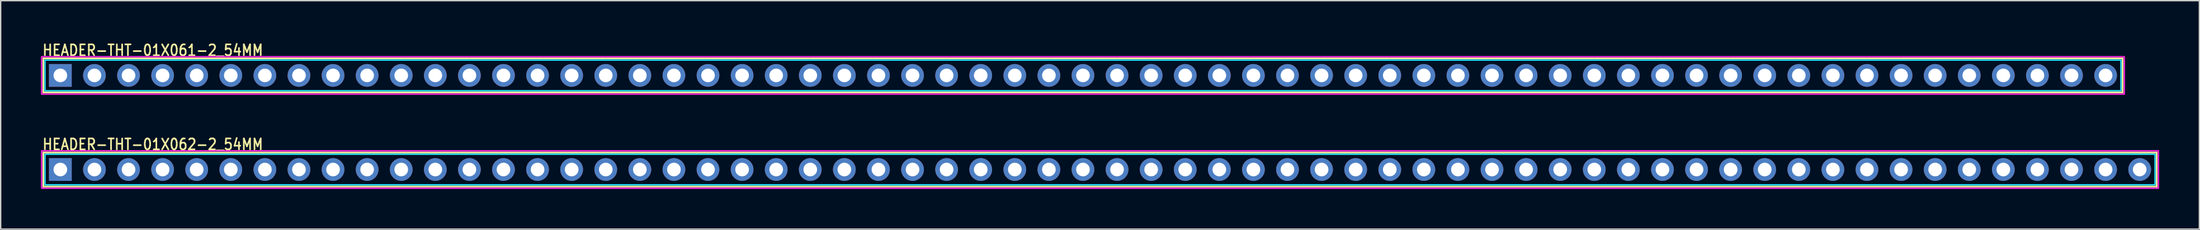
<source format=kicad_pcb>
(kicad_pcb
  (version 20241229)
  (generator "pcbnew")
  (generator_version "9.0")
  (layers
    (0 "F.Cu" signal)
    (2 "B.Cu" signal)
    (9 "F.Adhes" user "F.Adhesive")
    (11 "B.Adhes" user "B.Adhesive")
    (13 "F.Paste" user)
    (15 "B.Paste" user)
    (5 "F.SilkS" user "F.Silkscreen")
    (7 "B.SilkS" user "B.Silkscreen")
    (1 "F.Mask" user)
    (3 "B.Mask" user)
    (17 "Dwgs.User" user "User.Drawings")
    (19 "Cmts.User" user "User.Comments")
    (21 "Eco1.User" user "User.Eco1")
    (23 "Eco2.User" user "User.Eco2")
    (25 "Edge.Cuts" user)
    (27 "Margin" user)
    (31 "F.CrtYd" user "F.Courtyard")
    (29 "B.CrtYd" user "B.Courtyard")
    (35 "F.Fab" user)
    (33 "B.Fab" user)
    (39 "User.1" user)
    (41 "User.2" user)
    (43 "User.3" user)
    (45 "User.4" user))
  (footprint "HEADER-THT-01X062-2_54MM"
    (layer "F.Cu")
    (at 1.447 9.604)
    (property "Reference" "HEADER-THT-01X062-2_54MM" (at -1.4 -1.4 0) (unlocked yes) (layer "F.SilkS") (effects (font (size 0.813 0.695) (thickness 0.122)) (justify left bottom)))
    (fp_line (start -1.27 -1.27) (end -1.27 1.27) (stroke (width 0.127) (type solid)) (layer "F.SilkS"))
    (fp_line (start -1.27 1.27) (end 156.21 1.27) (stroke (width 0.127) (type solid)) (layer "F.SilkS"))
    (fp_line (start 156.21 -1.27) (end -1.27 -1.27) (stroke (width 0.127) (type solid)) (layer "F.SilkS"))
    (fp_line (start 156.21 1.27) (end 156.21 -1.27) (stroke (width 0.127) (type solid)) (layer "F.SilkS"))
    (fp_poly (pts (xy -1.143 -1.143) (xy 156.083 -1.143) (xy 156.083 1.143) (xy -1.143 1.143)) (stroke (width 0.1) (type solid)) (fill no) (layer "B.CrtYd"))
    (fp_poly (pts (xy -1.397 -1.397) (xy 156.337 -1.397) (xy 156.337 1.397) (xy -1.397 1.397)) (stroke (width 0.1) (type solid)) (fill no) (layer "F.CrtYd"))
    (pad "1" thru_hole rect (at 0 0) (size 1.693 1.693) (drill 1.016) (layers "*.Cu" "*.Mask"))
    (pad "2" thru_hole oval (at 2.54 0) (size 1.693 1.693) (drill 1.016) (layers "*.Cu" "*.Mask"))
    (pad "3" thru_hole oval (at 5.08 0) (size 1.693 1.693) (drill 1.016) (layers "*.Cu" "*.Mask"))
    (pad "4" thru_hole oval (at 7.62 0) (size 1.693 1.693) (drill 1.016) (layers "*.Cu" "*.Mask"))
    (pad "5" thru_hole oval (at 10.16 0) (size 1.693 1.693) (drill 1.016) (layers "*.Cu" "*.Mask"))
    (pad "6" thru_hole oval (at 12.7 0) (size 1.693 1.693) (drill 1.016) (layers "*.Cu" "*.Mask"))
    (pad "7" thru_hole oval (at 15.24 0) (size 1.693 1.693) (drill 1.016) (layers "*.Cu" "*.Mask"))
    (pad "8" thru_hole oval (at 17.78 0) (size 1.693 1.693) (drill 1.016) (layers "*.Cu" "*.Mask"))
    (pad "9" thru_hole oval (at 20.32 0) (size 1.693 1.693) (drill 1.016) (layers "*.Cu" "*.Mask"))
    (pad "10" thru_hole oval (at 22.86 0) (size 1.693 1.693) (drill 1.016) (layers "*.Cu" "*.Mask"))
    (pad "11" thru_hole oval (at 25.4 0) (size 1.693 1.693) (drill 1.016) (layers "*.Cu" "*.Mask"))
    (pad "12" thru_hole oval (at 27.94 0) (size 1.693 1.693) (drill 1.016) (layers "*.Cu" "*.Mask"))
    (pad "13" thru_hole oval (at 30.48 0) (size 1.693 1.693) (drill 1.016) (layers "*.Cu" "*.Mask"))
    (pad "14" thru_hole oval (at 33.02 0) (size 1.693 1.693) (drill 1.016) (layers "*.Cu" "*.Mask"))
    (pad "15" thru_hole oval (at 35.56 0) (size 1.693 1.693) (drill 1.016) (layers "*.Cu" "*.Mask"))
    (pad "16" thru_hole oval (at 38.1 0) (size 1.693 1.693) (drill 1.016) (layers "*.Cu" "*.Mask"))
    (pad "17" thru_hole oval (at 40.64 0) (size 1.693 1.693) (drill 1.016) (layers "*.Cu" "*.Mask"))
    (pad "18" thru_hole oval (at 43.18 0) (size 1.693 1.693) (drill 1.016) (layers "*.Cu" "*.Mask"))
    (pad "19" thru_hole oval (at 45.72 0) (size 1.693 1.693) (drill 1.016) (layers "*.Cu" "*.Mask"))
    (pad "20" thru_hole oval (at 48.26 0) (size 1.693 1.693) (drill 1.016) (layers "*.Cu" "*.Mask"))
    (pad "21" thru_hole oval (at 50.8 0) (size 1.693 1.693) (drill 1.016) (layers "*.Cu" "*.Mask"))
    (pad "22" thru_hole oval (at 53.34 0) (size 1.693 1.693) (drill 1.016) (layers "*.Cu" "*.Mask"))
    (pad "23" thru_hole oval (at 55.88 0) (size 1.693 1.693) (drill 1.016) (layers "*.Cu" "*.Mask"))
    (pad "24" thru_hole oval (at 58.42 0) (size 1.693 1.693) (drill 1.016) (layers "*.Cu" "*.Mask"))
    (pad "25" thru_hole oval (at 60.96 0) (size 1.693 1.693) (drill 1.016) (layers "*.Cu" "*.Mask"))
    (pad "26" thru_hole oval (at 63.5 0) (size 1.693 1.693) (drill 1.016) (layers "*.Cu" "*.Mask"))
    (pad "27" thru_hole oval (at 66.04 0) (size 1.693 1.693) (drill 1.016) (layers "*.Cu" "*.Mask"))
    (pad "28" thru_hole oval (at 68.58 0) (size 1.693 1.693) (drill 1.016) (layers "*.Cu" "*.Mask"))
    (pad "29" thru_hole oval (at 71.12 0) (size 1.693 1.693) (drill 1.016) (layers "*.Cu" "*.Mask"))
    (pad "30" thru_hole oval (at 73.66 0) (size 1.693 1.693) (drill 1.016) (layers "*.Cu" "*.Mask"))
    (pad "31" thru_hole oval (at 76.2 0) (size 1.693 1.693) (drill 1.016) (layers "*.Cu" "*.Mask"))
    (pad "32" thru_hole oval (at 78.74 0) (size 1.693 1.693) (drill 1.016) (layers "*.Cu" "*.Mask"))
    (pad "33" thru_hole oval (at 81.28 0) (size 1.693 1.693) (drill 1.016) (layers "*.Cu" "*.Mask"))
    (pad "34" thru_hole oval (at 83.82 0) (size 1.693 1.693) (drill 1.016) (layers "*.Cu" "*.Mask"))
    (pad "35" thru_hole oval (at 86.36 0) (size 1.693 1.693) (drill 1.016) (layers "*.Cu" "*.Mask"))
    (pad "36" thru_hole oval (at 88.9 0) (size 1.693 1.693) (drill 1.016) (layers "*.Cu" "*.Mask"))
    (pad "37" thru_hole oval (at 91.44 0) (size 1.693 1.693) (drill 1.016) (layers "*.Cu" "*.Mask"))
    (pad "38" thru_hole oval (at 93.98 0) (size 1.693 1.693) (drill 1.016) (layers "*.Cu" "*.Mask"))
    (pad "39" thru_hole oval (at 96.52 0) (size 1.693 1.693) (drill 1.016) (layers "*.Cu" "*.Mask"))
    (pad "40" thru_hole oval (at 99.06 0) (size 1.693 1.693) (drill 1.016) (layers "*.Cu" "*.Mask"))
    (pad "41" thru_hole oval (at 101.6 0) (size 1.693 1.693) (drill 1.016) (layers "*.Cu" "*.Mask"))
    (pad "42" thru_hole oval (at 104.14 0) (size 1.693 1.693) (drill 1.016) (layers "*.Cu" "*.Mask"))
    (pad "43" thru_hole oval (at 106.68 0) (size 1.693 1.693) (drill 1.016) (layers "*.Cu" "*.Mask"))
    (pad "44" thru_hole oval (at 109.22 0) (size 1.693 1.693) (drill 1.016) (layers "*.Cu" "*.Mask"))
    (pad "45" thru_hole oval (at 111.76 0) (size 1.693 1.693) (drill 1.016) (layers "*.Cu" "*.Mask"))
    (pad "46" thru_hole oval (at 114.3 0) (size 1.693 1.693) (drill 1.016) (layers "*.Cu" "*.Mask"))
    (pad "47" thru_hole oval (at 116.84 0) (size 1.693 1.693) (drill 1.016) (layers "*.Cu" "*.Mask"))
    (pad "48" thru_hole oval (at 119.38 0) (size 1.693 1.693) (drill 1.016) (layers "*.Cu" "*.Mask"))
    (pad "49" thru_hole oval (at 121.92 0) (size 1.693 1.693) (drill 1.016) (layers "*.Cu" "*.Mask"))
    (pad "50" thru_hole oval (at 124.46 0) (size 1.693 1.693) (drill 1.016) (layers "*.Cu" "*.Mask"))
    (pad "51" thru_hole oval (at 127 0) (size 1.693 1.693) (drill 1.016) (layers "*.Cu" "*.Mask"))
    (pad "52" thru_hole oval (at 129.54 0) (size 1.693 1.693) (drill 1.016) (layers "*.Cu" "*.Mask"))
    (pad "53" thru_hole oval (at 132.08 0) (size 1.693 1.693) (drill 1.016) (layers "*.Cu" "*.Mask"))
    (pad "54" thru_hole oval (at 134.62 0) (size 1.693 1.693) (drill 1.016) (layers "*.Cu" "*.Mask"))
    (pad "55" thru_hole oval (at 137.16 0) (size 1.693 1.693) (drill 1.016) (layers "*.Cu" "*.Mask"))
    (pad "56" thru_hole oval (at 139.7 0) (size 1.693 1.693) (drill 1.016) (layers "*.Cu" "*.Mask"))
    (pad "57" thru_hole oval (at 142.24 0) (size 1.693 1.693) (drill 1.016) (layers "*.Cu" "*.Mask"))
    (pad "58" thru_hole oval (at 144.78 0) (size 1.693 1.693) (drill 1.016) (layers "*.Cu" "*.Mask"))
    (pad "59" thru_hole oval (at 147.32 0) (size 1.693 1.693) (drill 1.016) (layers "*.Cu" "*.Mask"))
    (pad "60" thru_hole oval (at 149.86 0) (size 1.693 1.693) (drill 1.016) (layers "*.Cu" "*.Mask"))
    (pad "61" thru_hole oval (at 152.4 0) (size 1.693 1.693) (drill 1.016) (layers "*.Cu" "*.Mask"))
    (pad "62" thru_hole oval (at 154.94 0) (size 1.693 1.693) (drill 1.016) (layers "*.Cu" "*.Mask")))
  (footprint "HEADER-THT-01X061-2_54MM"
    (layer "F.Cu")
    (at 1.447 2.579)
    (property "Reference" "HEADER-THT-01X061-2_54MM" (at -1.4 -1.4 0) (unlocked yes) (layer "F.SilkS") (effects (font (size 0.813 0.695) (thickness 0.122)) (justify left bottom)))
    (fp_line (start -1.27 -1.27) (end -1.27 1.27) (stroke (width 0.127) (type solid)) (layer "F.SilkS"))
    (fp_line (start -1.27 1.27) (end 153.67 1.27) (stroke (width 0.127) (type solid)) (layer "F.SilkS"))
    (fp_line (start 153.67 -1.27) (end -1.27 -1.27) (stroke (width 0.127) (type solid)) (layer "F.SilkS"))
    (fp_line (start 153.67 1.27) (end 153.67 -1.27) (stroke (width 0.127) (type solid)) (layer "F.SilkS"))
    (fp_poly (pts (xy -1.143 -1.143) (xy 153.543 -1.143) (xy 153.543 1.143) (xy -1.143 1.143)) (stroke (width 0.1) (type solid)) (fill no) (layer "B.CrtYd"))
    (fp_poly (pts (xy -1.397 -1.397) (xy 153.797 -1.397) (xy 153.797 1.397) (xy -1.397 1.397)) (stroke (width 0.1) (type solid)) (fill no) (layer "F.CrtYd"))
    (pad "1" thru_hole rect (at 0 0) (size 1.693 1.693) (drill 1.016) (layers "*.Cu" "*.Mask"))
    (pad "2" thru_hole oval (at 2.54 0) (size 1.693 1.693) (drill 1.016) (layers "*.Cu" "*.Mask"))
    (pad "3" thru_hole oval (at 5.08 0) (size 1.693 1.693) (drill 1.016) (layers "*.Cu" "*.Mask"))
    (pad "4" thru_hole oval (at 7.62 0) (size 1.693 1.693) (drill 1.016) (layers "*.Cu" "*.Mask"))
    (pad "5" thru_hole oval (at 10.16 0) (size 1.693 1.693) (drill 1.016) (layers "*.Cu" "*.Mask"))
    (pad "6" thru_hole oval (at 12.7 0) (size 1.693 1.693) (drill 1.016) (layers "*.Cu" "*.Mask"))
    (pad "7" thru_hole oval (at 15.24 0) (size 1.693 1.693) (drill 1.016) (layers "*.Cu" "*.Mask"))
    (pad "8" thru_hole oval (at 17.78 0) (size 1.693 1.693) (drill 1.016) (layers "*.Cu" "*.Mask"))
    (pad "9" thru_hole oval (at 20.32 0) (size 1.693 1.693) (drill 1.016) (layers "*.Cu" "*.Mask"))
    (pad "10" thru_hole oval (at 22.86 0) (size 1.693 1.693) (drill 1.016) (layers "*.Cu" "*.Mask"))
    (pad "11" thru_hole oval (at 25.4 0) (size 1.693 1.693) (drill 1.016) (layers "*.Cu" "*.Mask"))
    (pad "12" thru_hole oval (at 27.94 0) (size 1.693 1.693) (drill 1.016) (layers "*.Cu" "*.Mask"))
    (pad "13" thru_hole oval (at 30.48 0) (size 1.693 1.693) (drill 1.016) (layers "*.Cu" "*.Mask"))
    (pad "14" thru_hole oval (at 33.02 0) (size 1.693 1.693) (drill 1.016) (layers "*.Cu" "*.Mask"))
    (pad "15" thru_hole oval (at 35.56 0) (size 1.693 1.693) (drill 1.016) (layers "*.Cu" "*.Mask"))
    (pad "16" thru_hole oval (at 38.1 0) (size 1.693 1.693) (drill 1.016) (layers "*.Cu" "*.Mask"))
    (pad "17" thru_hole oval (at 40.64 0) (size 1.693 1.693) (drill 1.016) (layers "*.Cu" "*.Mask"))
    (pad "18" thru_hole oval (at 43.18 0) (size 1.693 1.693) (drill 1.016) (layers "*.Cu" "*.Mask"))
    (pad "19" thru_hole oval (at 45.72 0) (size 1.693 1.693) (drill 1.016) (layers "*.Cu" "*.Mask"))
    (pad "20" thru_hole oval (at 48.26 0) (size 1.693 1.693) (drill 1.016) (layers "*.Cu" "*.Mask"))
    (pad "21" thru_hole oval (at 50.8 0) (size 1.693 1.693) (drill 1.016) (layers "*.Cu" "*.Mask"))
    (pad "22" thru_hole oval (at 53.34 0) (size 1.693 1.693) (drill 1.016) (layers "*.Cu" "*.Mask"))
    (pad "23" thru_hole oval (at 55.88 0) (size 1.693 1.693) (drill 1.016) (layers "*.Cu" "*.Mask"))
    (pad "24" thru_hole oval (at 58.42 0) (size 1.693 1.693) (drill 1.016) (layers "*.Cu" "*.Mask"))
    (pad "25" thru_hole oval (at 60.96 0) (size 1.693 1.693) (drill 1.016) (layers "*.Cu" "*.Mask"))
    (pad "26" thru_hole oval (at 63.5 0) (size 1.693 1.693) (drill 1.016) (layers "*.Cu" "*.Mask"))
    (pad "27" thru_hole oval (at 66.04 0) (size 1.693 1.693) (drill 1.016) (layers "*.Cu" "*.Mask"))
    (pad "28" thru_hole oval (at 68.58 0) (size 1.693 1.693) (drill 1.016) (layers "*.Cu" "*.Mask"))
    (pad "29" thru_hole oval (at 71.12 0) (size 1.693 1.693) (drill 1.016) (layers "*.Cu" "*.Mask"))
    (pad "30" thru_hole oval (at 73.66 0) (size 1.693 1.693) (drill 1.016) (layers "*.Cu" "*.Mask"))
    (pad "31" thru_hole oval (at 76.2 0) (size 1.693 1.693) (drill 1.016) (layers "*.Cu" "*.Mask"))
    (pad "32" thru_hole oval (at 78.74 0) (size 1.693 1.693) (drill 1.016) (layers "*.Cu" "*.Mask"))
    (pad "33" thru_hole oval (at 81.28 0) (size 1.693 1.693) (drill 1.016) (layers "*.Cu" "*.Mask"))
    (pad "34" thru_hole oval (at 83.82 0) (size 1.693 1.693) (drill 1.016) (layers "*.Cu" "*.Mask"))
    (pad "35" thru_hole oval (at 86.36 0) (size 1.693 1.693) (drill 1.016) (layers "*.Cu" "*.Mask"))
    (pad "36" thru_hole oval (at 88.9 0) (size 1.693 1.693) (drill 1.016) (layers "*.Cu" "*.Mask"))
    (pad "37" thru_hole oval (at 91.44 0) (size 1.693 1.693) (drill 1.016) (layers "*.Cu" "*.Mask"))
    (pad "38" thru_hole oval (at 93.98 0) (size 1.693 1.693) (drill 1.016) (layers "*.Cu" "*.Mask"))
    (pad "39" thru_hole oval (at 96.52 0) (size 1.693 1.693) (drill 1.016) (layers "*.Cu" "*.Mask"))
    (pad "40" thru_hole oval (at 99.06 0) (size 1.693 1.693) (drill 1.016) (layers "*.Cu" "*.Mask"))
    (pad "41" thru_hole oval (at 101.6 0) (size 1.693 1.693) (drill 1.016) (layers "*.Cu" "*.Mask"))
    (pad "42" thru_hole oval (at 104.14 0) (size 1.693 1.693) (drill 1.016) (layers "*.Cu" "*.Mask"))
    (pad "43" thru_hole oval (at 106.68 0) (size 1.693 1.693) (drill 1.016) (layers "*.Cu" "*.Mask"))
    (pad "44" thru_hole oval (at 109.22 0) (size 1.693 1.693) (drill 1.016) (layers "*.Cu" "*.Mask"))
    (pad "45" thru_hole oval (at 111.76 0) (size 1.693 1.693) (drill 1.016) (layers "*.Cu" "*.Mask"))
    (pad "46" thru_hole oval (at 114.3 0) (size 1.693 1.693) (drill 1.016) (layers "*.Cu" "*.Mask"))
    (pad "47" thru_hole oval (at 116.84 0) (size 1.693 1.693) (drill 1.016) (layers "*.Cu" "*.Mask"))
    (pad "48" thru_hole oval (at 119.38 0) (size 1.693 1.693) (drill 1.016) (layers "*.Cu" "*.Mask"))
    (pad "49" thru_hole oval (at 121.92 0) (size 1.693 1.693) (drill 1.016) (layers "*.Cu" "*.Mask"))
    (pad "50" thru_hole oval (at 124.46 0) (size 1.693 1.693) (drill 1.016) (layers "*.Cu" "*.Mask"))
    (pad "51" thru_hole oval (at 127 0) (size 1.693 1.693) (drill 1.016) (layers "*.Cu" "*.Mask"))
    (pad "52" thru_hole oval (at 129.54 0) (size 1.693 1.693) (drill 1.016) (layers "*.Cu" "*.Mask"))
    (pad "53" thru_hole oval (at 132.08 0) (size 1.693 1.693) (drill 1.016) (layers "*.Cu" "*.Mask"))
    (pad "54" thru_hole oval (at 134.62 0) (size 1.693 1.693) (drill 1.016) (layers "*.Cu" "*.Mask"))
    (pad "55" thru_hole oval (at 137.16 0) (size 1.693 1.693) (drill 1.016) (layers "*.Cu" "*.Mask"))
    (pad "56" thru_hole oval (at 139.7 0) (size 1.693 1.693) (drill 1.016) (layers "*.Cu" "*.Mask"))
    (pad "57" thru_hole oval (at 142.24 0) (size 1.693 1.693) (drill 1.016) (layers "*.Cu" "*.Mask"))
    (pad "58" thru_hole oval (at 144.78 0) (size 1.693 1.693) (drill 1.016) (layers "*.Cu" "*.Mask"))
    (pad "59" thru_hole oval (at 147.32 0) (size 1.693 1.693) (drill 1.016) (layers "*.Cu" "*.Mask"))
    (pad "60" thru_hole oval (at 149.86 0) (size 1.693 1.693) (drill 1.016) (layers "*.Cu" "*.Mask"))
    (pad "61" thru_hole oval (at 152.4 0) (size 1.693 1.693) (drill 1.016) (layers "*.Cu" "*.Mask")))
  (gr_rect
    (start -3 -3)
    (end 160.834 14.051)
    (stroke (width 0.1) (type default))
    (fill no)
    (layer "Edge.Cuts")))
</source>
